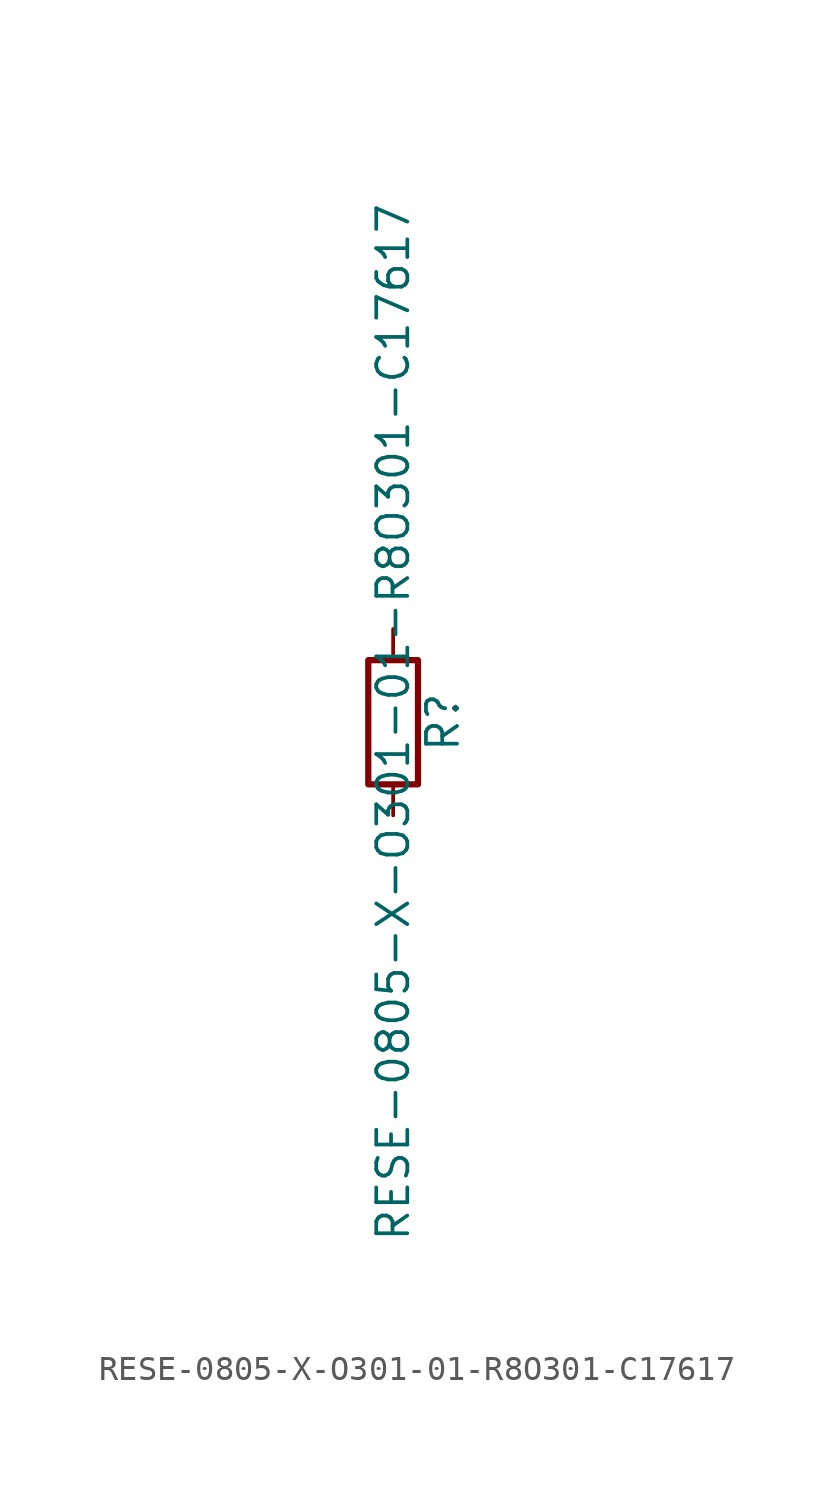
<source format=kicad_sym>
(kicad_symbol_lib
  (version 20211014)
  (generator kicad_symbol_editor)
  (symbol "RESE-0805-X-O301-01-R8O301-C17617"
    (pin_numbers hide)
    (pin_names
      (offset 0))
    (property "Reference" "R"
      (at 2.032 0 90)
      (effects (font (size 1.27 1.27))))
    (property "Value" "RESE-0805-X-O301-01-R8O301-C17617"
      (at 0 0 90)
      (effects (font (size 1.27 1.27))))
    (symbol "RESE-0805-X-O301-01-R8O301-C17617_0_1"
      (rectangle (start -1.016 -2.54) (end 1.016 2.54) (stroke (width 0.254) (type default) (color 0 0 0 0)) (fill (type none))))
    (symbol "RESE-0805-X-O301-01-R8O301-C17617_1_1"
      (pin passive line (at 0 3.81 270) (length 1.27) (name "~" (effects (font (size 1.27 1.27)))) (number "1" (effects (font (size 1.27 1.27)))))
      (pin passive line (at 0 -3.81 90) (length 1.27) (name "~" (effects (font (size 1.27 1.27)))) (number "2" (effects (font (size 1.27 1.27))))))))
</source>
